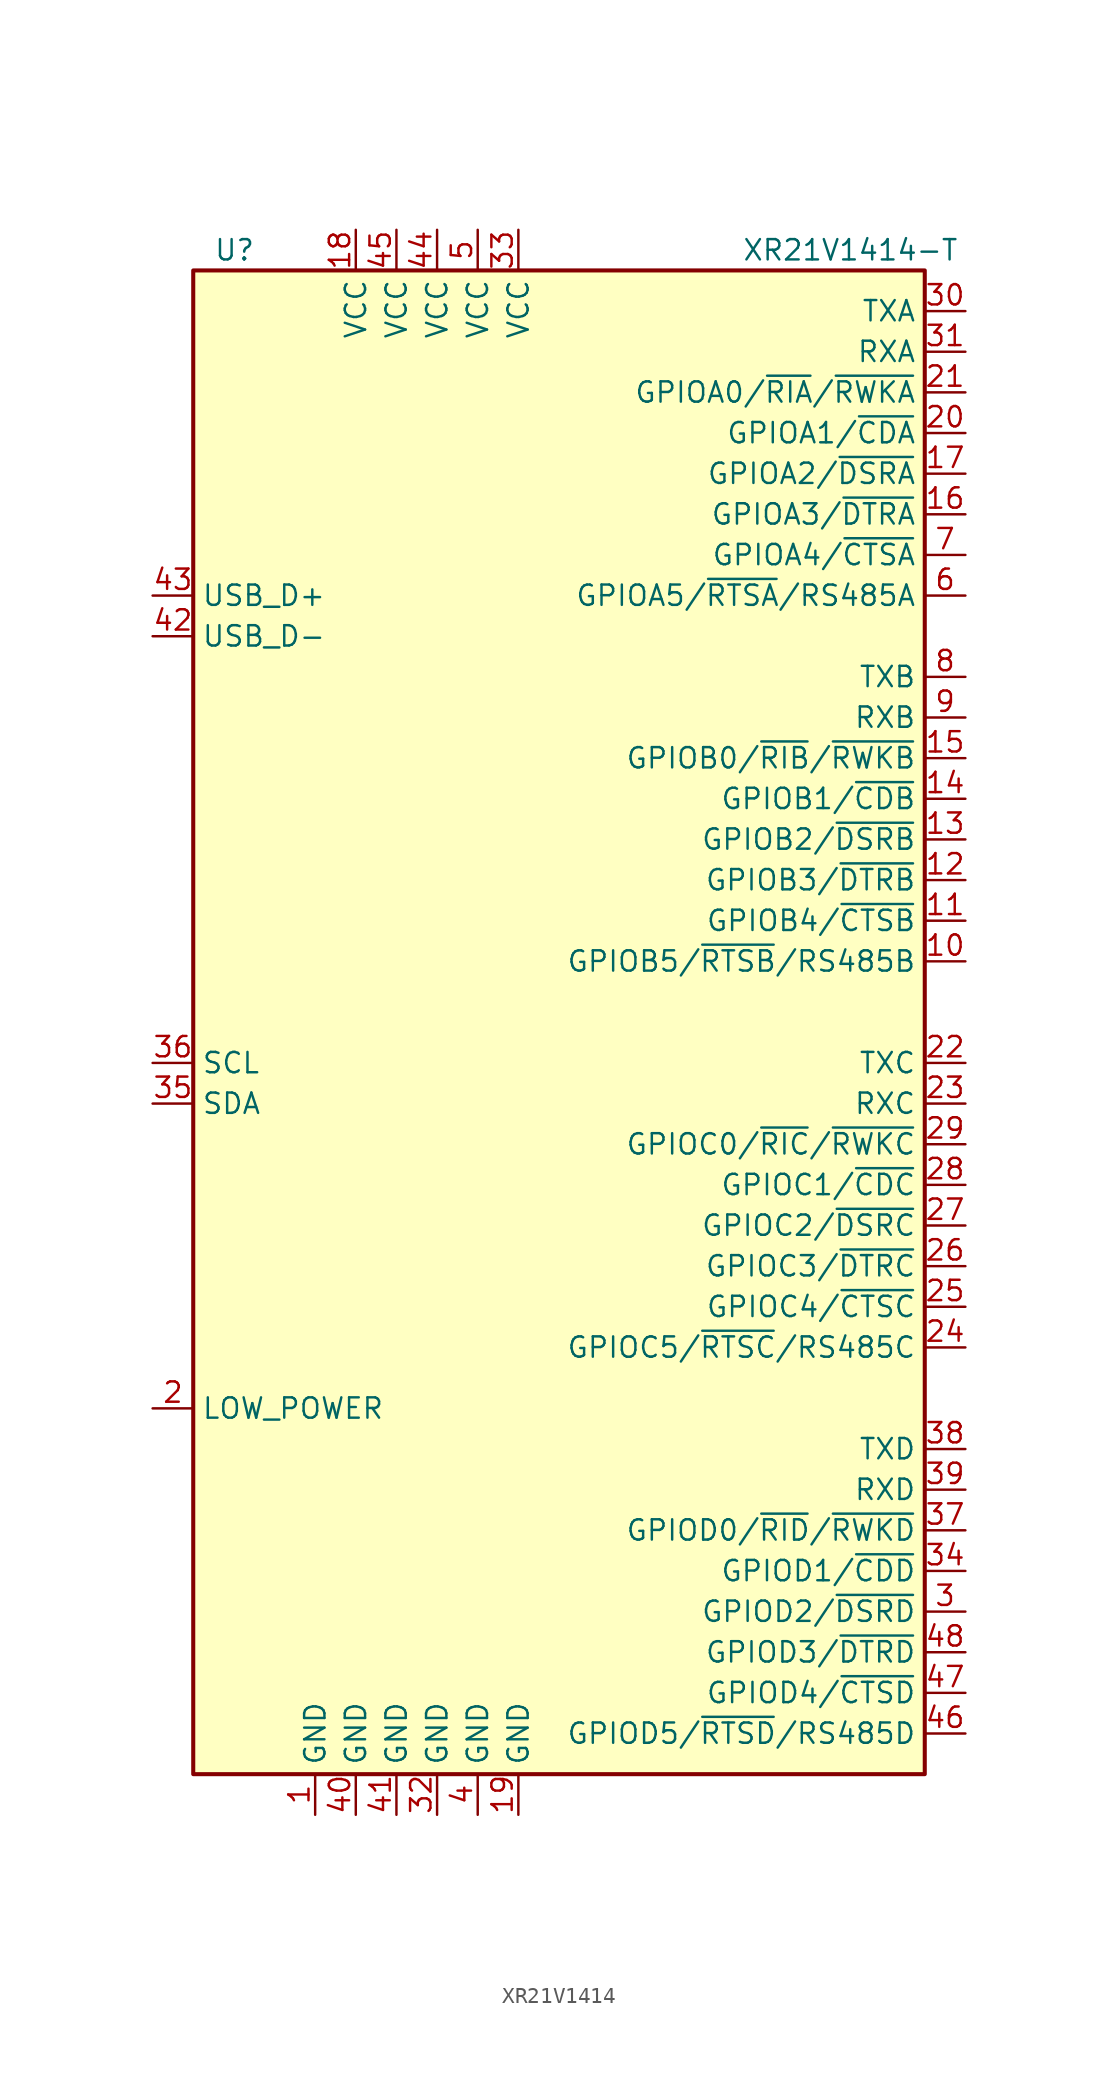
<source format=kicad_sym>
(kicad_symbol_lib
  (version 20241209)
  (generator "kicad_symbol_editor")
  (generator_version "9.0")
  (symbol "XR21V1414"
    (property "Reference" "U"
      (at -21.59 67.31 0)
      (effects (font (size 1.27 1.27)) (justify left)))
    (property "Value" "XR21V1414-T"
      (at 11.43 67.31 0)
      (effects (font (size 1.27 1.27)) (justify left)))
    (symbol "XR21V1414_0_1"
      (rectangle (start -22.86 66.04) (end 22.86 -27.94) (stroke (width 0.254) (type default)) (fill (type background))))
    (symbol "XR21V1414_1_1"
      (pin bidirectional line (at -25.4 45.72 0) (length 2.54) (name "USB_D+" (effects (font (size 1.27 1.27)))) (number "43" (effects (font (size 1.27 1.27)))))
      (pin bidirectional line (at -25.4 43.18 0) (length 2.54) (name "USB_D-" (effects (font (size 1.27 1.27)))) (number "42" (effects (font (size 1.27 1.27)))))
      (pin bidirectional line (at -25.4 16.51 0) (length 2.54) (name "SCL" (effects (font (size 1.27 1.27)))) (number "36" (effects (font (size 1.27 1.27)))))
      (pin bidirectional line (at -25.4 13.97 0) (length 2.54) (name "SDA" (effects (font (size 1.27 1.27)))) (number "35" (effects (font (size 1.27 1.27)))))
      (pin bidirectional line (at -25.4 -5.08 0) (length 2.54) (name "LOW_POWER" (effects (font (size 1.27 1.27)))) (number "2" (effects (font (size 1.27 1.27)))))
      (pin power_in line (at -15.24 -30.48 90) (length 2.54) (name "GND" (effects (font (size 1.27 1.27)))) (number "1" (effects (font (size 1.27 1.27)))))
      (pin power_in line (at -12.7 68.58 270) (length 2.54) (name "VCC" (effects (font (size 1.27 1.27)))) (number "18" (effects (font (size 1.27 1.27)))))
      (pin power_in line (at -12.7 -30.48 90) (length 2.54) (name "GND" (effects (font (size 1.27 1.27)))) (number "40" (effects (font (size 1.27 1.27)))))
      (pin power_in line (at -10.16 68.58 270) (length 2.54) (name "VCC" (effects (font (size 1.27 1.27)))) (number "45" (effects (font (size 1.27 1.27)))))
      (pin power_in line (at -10.16 -30.48 90) (length 2.54) (name "GND" (effects (font (size 1.27 1.27)))) (number "41" (effects (font (size 1.27 1.27)))))
      (pin power_in line (at -7.62 68.58 270) (length 2.54) (name "VCC" (effects (font (size 1.27 1.27)))) (number "44" (effects (font (size 1.27 1.27)))))
      (pin power_in line (at -7.62 -30.48 90) (length 2.54) (name "GND" (effects (font (size 1.27 1.27)))) (number "32" (effects (font (size 1.27 1.27)))))
      (pin power_in line (at -5.08 68.58 270) (length 2.54) (name "VCC" (effects (font (size 1.27 1.27)))) (number "5" (effects (font (size 1.27 1.27)))))
      (pin power_in line (at -5.08 -30.48 90) (length 2.54) (name "GND" (effects (font (size 1.27 1.27)))) (number "4" (effects (font (size 1.27 1.27)))))
      (pin power_in line (at -2.54 68.58 270) (length 2.54) (name "VCC" (effects (font (size 1.27 1.27)))) (number "33" (effects (font (size 1.27 1.27)))))
      (pin passive line (at -2.54 68.58 270) (length 2.54) (hide yes) (name "VIO" (effects (font (size 1.27 1.27)))) (number "38" (effects (font (size 1.27 1.27)))))
      (pin power_in line (at -2.54 -30.48 90) (length 2.54) (name "GND" (effects (font (size 1.27 1.27)))) (number "19" (effects (font (size 1.27 1.27)))))
      (pin output line (at 25.4 63.5 180) (length 2.54) (name "TXA" (effects (font (size 1.27 1.27)))) (number "30" (effects (font (size 1.27 1.27)))))
      (pin input line (at 25.4 60.96 180) (length 2.54) (name "RXA" (effects (font (size 1.27 1.27)))) (number "31" (effects (font (size 1.27 1.27)))))
      (pin bidirectional line (at 25.4 58.42 180) (length 2.54) (name "GPIOA0/~{RIA}/~{RWKA}" (effects (font (size 1.27 1.27)))) (number "21" (effects (font (size 1.27 1.27)))))
      (pin bidirectional line (at 25.4 55.88 180) (length 2.54) (name "GPIOA1/~{CDA}" (effects (font (size 1.27 1.27)))) (number "20" (effects (font (size 1.27 1.27)))))
      (pin bidirectional line (at 25.4 53.34 180) (length 2.54) (name "GPIOA2/~{DSRA}" (effects (font (size 1.27 1.27)))) (number "17" (effects (font (size 1.27 1.27)))))
      (pin bidirectional line (at 25.4 50.8 180) (length 2.54) (name "GPIOA3/~{DTRA}" (effects (font (size 1.27 1.27)))) (number "16" (effects (font (size 1.27 1.27)))))
      (pin bidirectional line (at 25.4 48.26 180) (length 2.54) (name "GPIOA4/~{CTSA}" (effects (font (size 1.27 1.27)))) (number "7" (effects (font (size 1.27 1.27)))))
      (pin bidirectional line (at 25.4 45.72 180) (length 2.54) (name "GPIOA5/~{RTSA}/RS485A" (effects (font (size 1.27 1.27)))) (number "6" (effects (font (size 1.27 1.27)))))
      (pin output line (at 25.4 40.64 180) (length 2.54) (name "TXB" (effects (font (size 1.27 1.27)))) (number "8" (effects (font (size 1.27 1.27)))))
      (pin input line (at 25.4 38.1 180) (length 2.54) (name "RXB" (effects (font (size 1.27 1.27)))) (number "9" (effects (font (size 1.27 1.27)))))
      (pin bidirectional line (at 25.4 35.56 180) (length 2.54) (name "GPIOB0/~{RIB}/~{RWKB}" (effects (font (size 1.27 1.27)))) (number "15" (effects (font (size 1.27 1.27)))))
      (pin bidirectional line (at 25.4 33.02 180) (length 2.54) (name "GPIOB1/~{CDB}" (effects (font (size 1.27 1.27)))) (number "14" (effects (font (size 1.27 1.27)))))
      (pin bidirectional line (at 25.4 30.48 180) (length 2.54) (name "GPIOB2/~{DSRB}" (effects (font (size 1.27 1.27)))) (number "13" (effects (font (size 1.27 1.27)))))
      (pin bidirectional line (at 25.4 27.94 180) (length 2.54) (name "GPIOB3/~{DTRB}" (effects (font (size 1.27 1.27)))) (number "12" (effects (font (size 1.27 1.27)))))
      (pin bidirectional line (at 25.4 25.4 180) (length 2.54) (name "GPIOB4/~{CTSB}" (effects (font (size 1.27 1.27)))) (number "11" (effects (font (size 1.27 1.27)))))
      (pin bidirectional line (at 25.4 22.86 180) (length 2.54) (name "GPIOB5/~{RTSB}/RS485B" (effects (font (size 1.27 1.27)))) (number "10" (effects (font (size 1.27 1.27)))))
      (pin output line (at 25.4 16.51 180) (length 2.54) (name "TXC" (effects (font (size 1.27 1.27)))) (number "22" (effects (font (size 1.27 1.27)))))
      (pin input line (at 25.4 13.97 180) (length 2.54) (name "RXC" (effects (font (size 1.27 1.27)))) (number "23" (effects (font (size 1.27 1.27)))))
      (pin bidirectional line (at 25.4 11.43 180) (length 2.54) (name "GPIOC0/~{RIC}/~{RWKC}" (effects (font (size 1.27 1.27)))) (number "29" (effects (font (size 1.27 1.27)))))
      (pin bidirectional line (at 25.4 8.89 180) (length 2.54) (name "GPIOC1/~{CDC}" (effects (font (size 1.27 1.27)))) (number "28" (effects (font (size 1.27 1.27)))))
      (pin bidirectional line (at 25.4 6.35 180) (length 2.54) (name "GPIOC2/~{DSRC}" (effects (font (size 1.27 1.27)))) (number "27" (effects (font (size 1.27 1.27)))))
      (pin bidirectional line (at 25.4 3.81 180) (length 2.54) (name "GPIOC3/~{DTRC}" (effects (font (size 1.27 1.27)))) (number "26" (effects (font (size 1.27 1.27)))))
      (pin bidirectional line (at 25.4 1.27 180) (length 2.54) (name "GPIOC4/~{CTSC}" (effects (font (size 1.27 1.27)))) (number "25" (effects (font (size 1.27 1.27)))))
      (pin bidirectional line (at 25.4 -1.27 180) (length 2.54) (name "GPIOC5/~{RTSC}/RS485C" (effects (font (size 1.27 1.27)))) (number "24" (effects (font (size 1.27 1.27)))))
      (pin output line (at 25.4 -7.62 180) (length 2.54) (name "TXD" (effects (font (size 1.27 1.27)))) (number "38" (effects (font (size 1.27 1.27)))))
      (pin input line (at 25.4 -10.16 180) (length 2.54) (name "RXD" (effects (font (size 1.27 1.27)))) (number "39" (effects (font (size 1.27 1.27)))))
      (pin bidirectional line (at 25.4 -12.7 180) (length 2.54) (name "GPIOD0/~{RID}/~{RWKD}" (effects (font (size 1.27 1.27)))) (number "37" (effects (font (size 1.27 1.27)))))
      (pin bidirectional line (at 25.4 -15.24 180) (length 2.54) (name "GPIOD1/~{CDD}" (effects (font (size 1.27 1.27)))) (number "34" (effects (font (size 1.27 1.27)))))
      (pin bidirectional line (at 25.4 -17.78 180) (length 2.54) (name "GPIOD2/~{DSRD}" (effects (font (size 1.27 1.27)))) (number "3" (effects (font (size 1.27 1.27)))))
      (pin bidirectional line (at 25.4 -20.32 180) (length 2.54) (name "GPIOD3/~{DTRD}" (effects (font (size 1.27 1.27)))) (number "48" (effects (font (size 1.27 1.27)))))
      (pin bidirectional line (at 25.4 -22.86 180) (length 2.54) (name "GPIOD4/~{CTSD}" (effects (font (size 1.27 1.27)))) (number "47" (effects (font (size 1.27 1.27)))))
      (pin bidirectional line (at 25.4 -25.4 180) (length 2.54) (name "GPIOD5/~{RTSD}/RS485D" (effects (font (size 1.27 1.27)))) (number "46" (effects (font (size 1.27 1.27))))))))
</source>
